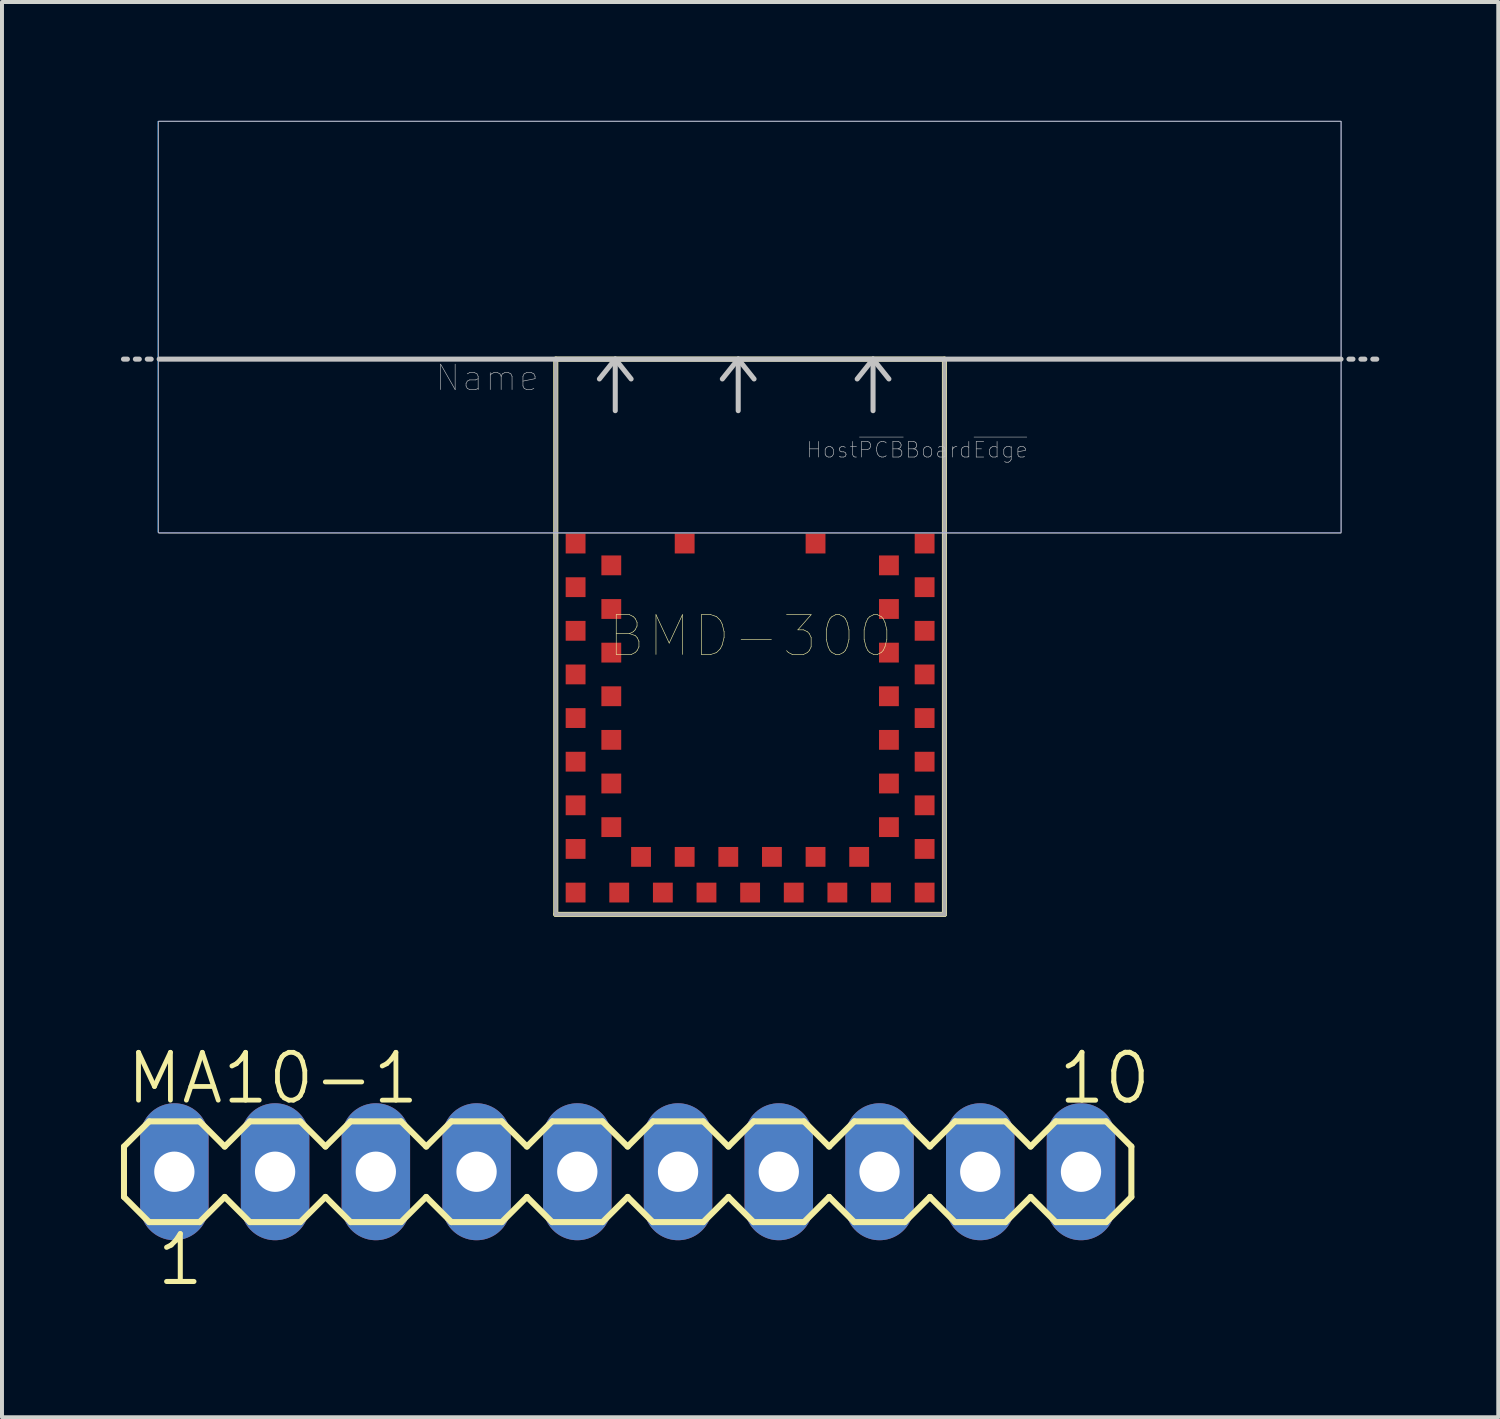
<source format=kicad_pcb>
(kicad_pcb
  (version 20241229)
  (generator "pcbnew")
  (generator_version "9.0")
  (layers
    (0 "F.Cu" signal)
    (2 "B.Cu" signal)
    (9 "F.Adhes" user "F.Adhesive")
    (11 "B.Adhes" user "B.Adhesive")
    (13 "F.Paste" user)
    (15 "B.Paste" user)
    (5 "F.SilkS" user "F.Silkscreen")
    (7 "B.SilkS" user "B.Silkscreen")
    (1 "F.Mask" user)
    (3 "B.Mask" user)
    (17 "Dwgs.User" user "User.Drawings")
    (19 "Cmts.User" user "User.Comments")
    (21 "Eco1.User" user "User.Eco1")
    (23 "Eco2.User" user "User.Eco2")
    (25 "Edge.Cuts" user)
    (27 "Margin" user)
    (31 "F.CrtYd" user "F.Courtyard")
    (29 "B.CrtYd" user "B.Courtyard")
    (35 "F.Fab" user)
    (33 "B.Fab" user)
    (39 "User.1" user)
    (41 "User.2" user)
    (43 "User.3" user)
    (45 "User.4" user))
  (footprint "BMD-300"
    (layer "F.Cu")
    (at 10.963 20.005)
    (property "Reference" "BMD-300" (at 4.912 -7.017 0) (layer "F.SilkS") (effects (font (size 1.002 1.002) (thickness 0.015))))
    (attr through_hole)
    (fp_line (start 0 -14) (end 0 0) (stroke (width 0.127) (type solid)) (layer "F.SilkS"))
    (fp_line (start 0 0) (end 9.8 0) (stroke (width 0.127) (type solid)) (layer "F.SilkS"))
    (fp_line (start 9.8 -14) (end 0 -14) (stroke (width 0.127) (type solid)) (layer "F.SilkS"))
    (fp_line (start 9.8 0) (end 9.8 -14) (stroke (width 0.127) (type solid)) (layer "F.SilkS"))
    (fp_line (start -10.8 -14) (end -10.9 -14) (stroke (width 0.127) (type solid)) (layer "Dwgs.User"))
    (fp_line (start -10.5 -14) (end -10.6 -14) (stroke (width 0.127) (type solid)) (layer "Dwgs.User"))
    (fp_line (start -10.2 -14) (end -10.3 -14) (stroke (width 0.127) (type solid)) (layer "Dwgs.User"))
    (fp_line (start -10 -14) (end 19.8 -14) (stroke (width 0.127) (type solid)) (layer "Dwgs.User"))
    (fp_line (start 1.5 -14) (end 1.1 -13.5) (stroke (width 0.127) (type solid)) (layer "Dwgs.User"))
    (fp_line (start 1.5 -14) (end 1.5 -12.7) (stroke (width 0.127) (type solid)) (layer "Dwgs.User"))
    (fp_line (start 1.5 -14) (end 1.9 -13.5) (stroke (width 0.127) (type solid)) (layer "Dwgs.User"))
    (fp_line (start 4.6 -14) (end 4.2 -13.5) (stroke (width 0.127) (type solid)) (layer "Dwgs.User"))
    (fp_line (start 4.6 -14) (end 4.6 -12.7) (stroke (width 0.127) (type solid)) (layer "Dwgs.User"))
    (fp_line (start 4.6 -14) (end 5 -13.5) (stroke (width 0.127) (type solid)) (layer "Dwgs.User"))
    (fp_line (start 8 -14) (end 7.6 -13.5) (stroke (width 0.127) (type solid)) (layer "Dwgs.User"))
    (fp_line (start 8 -14) (end 8 -12.7) (stroke (width 0.127) (type solid)) (layer "Dwgs.User"))
    (fp_line (start 8 -14) (end 8.4 -13.5) (stroke (width 0.127) (type solid)) (layer "Dwgs.User"))
    (fp_line (start 20 -14) (end 20.1 -14) (stroke (width 0.127) (type solid)) (layer "Dwgs.User"))
    (fp_line (start 20.3 -14) (end 20.4 -14) (stroke (width 0.127) (type solid)) (layer "Dwgs.User"))
    (fp_line (start 20.6 -14) (end 20.7 -14) (stroke (width 0.127) (type solid)) (layer "Dwgs.User"))
    (fp_poly (pts (xy -10.023 -20) (xy 19.8 -20) (xy 19.8 -9.622) (xy -10.023 -9.622)) (stroke (width 0.01) (type solid)) (fill no) (layer "Dwgs.User"))
    (fp_poly (pts (xy -10.013 -20) (xy 19.8 -20) (xy 19.8 -9.612) (xy -10.013 -9.612)) (stroke (width 0.01) (type solid)) (fill no) (layer "Dwgs.User"))
    (fp_poly (pts (xy -10.01 -20) (xy 19.8 -20) (xy 19.8 -9.609) (xy -10.01 -9.609)) (stroke (width 0.01) (type solid)) (fill no) (layer "Dwgs.User"))
    (fp_poly (pts (xy -10.033 -20) (xy 19.8 -20) (xy 19.8 -9.632) (xy -10.033 -9.632)) (stroke (width 0.01) (type solid)) (fill no) (layer "B.CrtYd"))
    (fp_poly (pts (xy -10.029 -20) (xy 19.8 -20) (xy 19.8 -9.628) (xy -10.029 -9.628)) (stroke (width 0.01) (type solid)) (fill no) (layer "F.CrtYd"))
    (fp_line (start 0 -14) (end 0 0) (stroke (width 0.1) (type solid)) (layer "F.Fab"))
    (fp_line (start 0 0) (end 9.8 0) (stroke (width 0.1) (type solid)) (layer "F.Fab"))
    (fp_line (start 9.8 -14) (end 0 -14) (stroke (width 0.1) (type solid)) (layer "F.Fab"))
    (fp_line (start 9.8 0) (end 9.8 -14) (stroke (width 0.1) (type solid)) (layer "F.Fab"))
    (fp_text user "Name" (at -1.728 -13.528 0) (layer "Dwgs.User") (effects (font (size 0.641 0.641) (thickness 0.015))))
    (fp_text user "Host~{PCB}Board~{Edge}" (at 9.11 -11.713 0) (layer "Dwgs.User") (effects (font (size 0.394 0.394) (thickness 0.015))))
    (pad "P1" smd rect (at 0.5 -9.35) (size 0.5 0.5) (layers "F.Cu" "F.Mask" "F.Paste"))
    (pad "P2" smd rect (at 1.4 -8.8) (size 0.5 0.5) (layers "F.Cu" "F.Mask" "F.Paste"))
    (pad "P3" smd rect (at 0.5 -8.25) (size 0.5 0.5) (layers "F.Cu" "F.Mask" "F.Paste"))
    (pad "P4" smd rect (at 1.4 -7.7) (size 0.5 0.5) (layers "F.Cu" "F.Mask" "F.Paste"))
    (pad "P5" smd rect (at 0.5 -7.15) (size 0.5 0.5) (layers "F.Cu" "F.Mask" "F.Paste"))
    (pad "P6" smd rect (at 1.4 -6.6) (size 0.5 0.5) (layers "F.Cu" "F.Mask" "F.Paste"))
    (pad "P7" smd rect (at 0.5 -6.05) (size 0.5 0.5) (layers "F.Cu" "F.Mask" "F.Paste"))
    (pad "P8" smd rect (at 1.4 -5.5) (size 0.5 0.5) (layers "F.Cu" "F.Mask" "F.Paste"))
    (pad "P9" smd rect (at 0.5 -4.95) (size 0.5 0.5) (layers "F.Cu" "F.Mask" "F.Paste"))
    (pad "P10" smd rect (at 1.4 -4.4) (size 0.5 0.5) (layers "F.Cu" "F.Mask" "F.Paste"))
    (pad "P11" smd rect (at 0.5 -3.85) (size 0.5 0.5) (layers "F.Cu" "F.Mask" "F.Paste"))
    (pad "P12" smd rect (at 1.4 -3.3) (size 0.5 0.5) (layers "F.Cu" "F.Mask" "F.Paste"))
    (pad "P13" smd rect (at 0.5 -2.75) (size 0.5 0.5) (layers "F.Cu" "F.Mask" "F.Paste"))
    (pad "P14" smd rect (at 1.4 -2.2) (size 0.5 0.5) (layers "F.Cu" "F.Mask" "F.Paste"))
    (pad "P15" smd rect (at 0.5 -1.65) (size 0.5 0.5) (layers "F.Cu" "F.Mask" "F.Paste"))
    (pad "P16" smd rect (at 0.5 -0.55) (size 0.5 0.5) (layers "F.Cu" "F.Mask" "F.Paste"))
    (pad "P17" smd rect (at 1.6 -0.55) (size 0.5 0.5) (layers "F.Cu" "F.Mask" "F.Paste"))
    (pad "P18" smd rect (at 2.15 -1.45) (size 0.5 0.5) (layers "F.Cu" "F.Mask" "F.Paste"))
    (pad "P19" smd rect (at 2.7 -0.55) (size 0.5 0.5) (layers "F.Cu" "F.Mask" "F.Paste"))
    (pad "P20" smd rect (at 3.25 -1.45) (size 0.5 0.5) (layers "F.Cu" "F.Mask" "F.Paste"))
    (pad "P21" smd rect (at 3.8 -0.55) (size 0.5 0.5) (layers "F.Cu" "F.Mask" "F.Paste"))
    (pad "P22" smd rect (at 4.35 -1.45) (size 0.5 0.5) (layers "F.Cu" "F.Mask" "F.Paste"))
    (pad "P23" smd rect (at 4.9 -0.55) (size 0.5 0.5) (layers "F.Cu" "F.Mask" "F.Paste"))
    (pad "P24" smd rect (at 5.45 -1.45) (size 0.5 0.5) (layers "F.Cu" "F.Mask" "F.Paste"))
    (pad "P25" smd rect (at 6 -0.55) (size 0.5 0.5) (layers "F.Cu" "F.Mask" "F.Paste"))
    (pad "P26" smd rect (at 6.55 -1.45) (size 0.5 0.5) (layers "F.Cu" "F.Mask" "F.Paste"))
    (pad "P27" smd rect (at 7.1 -0.55) (size 0.5 0.5) (layers "F.Cu" "F.Mask" "F.Paste"))
    (pad "P28" smd rect (at 7.65 -1.45) (size 0.5 0.5) (layers "F.Cu" "F.Mask" "F.Paste"))
    (pad "P29" smd rect (at 8.2 -0.55) (size 0.5 0.5) (layers "F.Cu" "F.Mask" "F.Paste"))
    (pad "P30" smd rect (at 9.3 -0.55) (size 0.5 0.5) (layers "F.Cu" "F.Mask" "F.Paste"))
    (pad "P31" smd rect (at 9.3 -1.65) (size 0.5 0.5) (layers "F.Cu" "F.Mask" "F.Paste"))
    (pad "P32" smd rect (at 8.4 -2.2) (size 0.5 0.5) (layers "F.Cu" "F.Mask" "F.Paste"))
    (pad "P33" smd rect (at 9.3 -2.75) (size 0.5 0.5) (layers "F.Cu" "F.Mask" "F.Paste"))
    (pad "P34" smd rect (at 8.4 -3.3) (size 0.5 0.5) (layers "F.Cu" "F.Mask" "F.Paste"))
    (pad "P35" smd rect (at 9.3 -3.85) (size 0.5 0.5) (layers "F.Cu" "F.Mask" "F.Paste"))
    (pad "P36" smd rect (at 8.4 -4.4) (size 0.5 0.5) (layers "F.Cu" "F.Mask" "F.Paste"))
    (pad "P37" smd rect (at 9.3 -4.95) (size 0.5 0.5) (layers "F.Cu" "F.Mask" "F.Paste"))
    (pad "P38" smd rect (at 8.4 -5.5) (size 0.5 0.5) (layers "F.Cu" "F.Mask" "F.Paste"))
    (pad "P39" smd rect (at 9.3 -6.05) (size 0.5 0.5) (layers "F.Cu" "F.Mask" "F.Paste"))
    (pad "P40" smd rect (at 8.4 -6.6) (size 0.5 0.5) (layers "F.Cu" "F.Mask" "F.Paste"))
    (pad "P41" smd rect (at 9.3 -7.15) (size 0.5 0.5) (layers "F.Cu" "F.Mask" "F.Paste"))
    (pad "P42" smd rect (at 8.4 -7.7) (size 0.5 0.5) (layers "F.Cu" "F.Mask" "F.Paste"))
    (pad "P43" smd rect (at 9.3 -8.25) (size 0.5 0.5) (layers "F.Cu" "F.Mask" "F.Paste"))
    (pad "P44" smd rect (at 8.4 -8.8) (size 0.5 0.5) (layers "F.Cu" "F.Mask" "F.Paste"))
    (pad "P45" smd rect (at 9.3 -9.35) (size 0.5 0.5) (layers "F.Cu" "F.Mask" "F.Paste"))
    (pad "P46" smd rect (at 6.55 -9.35) (size 0.5 0.5) (layers "F.Cu" "F.Mask" "F.Paste"))
    (pad "P47" smd rect (at 3.25 -9.35) (size 0.5 0.5) (layers "F.Cu" "F.Mask" "F.Paste")))
  (footprint "MA10-1"
    (layer "F.Cu")
    (at 12.776 26.494)
    (property "Reference" "MA10-1" (at -12.7 -1.651 0) (layer "F.SilkS") (effects (font (size 1.206 1.206) (thickness 0.121)) (justify left bottom)))
    (attr through_hole)
    (fp_line (start -12.7 -0.635) (end -12.7 0.635) (stroke (width 0.152) (type solid)) (layer "F.SilkS"))
    (fp_line (start -12.7 0.635) (end -12.065 1.27) (stroke (width 0.152) (type solid)) (layer "F.SilkS"))
    (fp_line (start -12.065 -1.27) (end -12.7 -0.635) (stroke (width 0.152) (type solid)) (layer "F.SilkS"))
    (fp_line (start -12.065 -1.27) (end -10.795 -1.27) (stroke (width 0.152) (type solid)) (layer "F.SilkS"))
    (fp_line (start -10.795 -1.27) (end -10.16 -0.635) (stroke (width 0.152) (type solid)) (layer "F.SilkS"))
    (fp_line (start -10.795 1.27) (end -12.065 1.27) (stroke (width 0.152) (type solid)) (layer "F.SilkS"))
    (fp_line (start -10.16 -0.635) (end -9.525 -1.27) (stroke (width 0.152) (type solid)) (layer "F.SilkS"))
    (fp_line (start -10.16 0.635) (end -10.795 1.27) (stroke (width 0.152) (type solid)) (layer "F.SilkS"))
    (fp_line (start -9.525 -1.27) (end -8.255 -1.27) (stroke (width 0.152) (type solid)) (layer "F.SilkS"))
    (fp_line (start -9.525 1.27) (end -10.16 0.635) (stroke (width 0.152) (type solid)) (layer "F.SilkS"))
    (fp_line (start -8.255 -1.27) (end -7.62 -0.635) (stroke (width 0.152) (type solid)) (layer "F.SilkS"))
    (fp_line (start -8.255 1.27) (end -9.525 1.27) (stroke (width 0.152) (type solid)) (layer "F.SilkS"))
    (fp_line (start -7.62 -0.635) (end -6.985 -1.27) (stroke (width 0.152) (type solid)) (layer "F.SilkS"))
    (fp_line (start -7.62 0.635) (end -8.255 1.27) (stroke (width 0.152) (type solid)) (layer "F.SilkS"))
    (fp_line (start -6.985 -1.27) (end -5.715 -1.27) (stroke (width 0.152) (type solid)) (layer "F.SilkS"))
    (fp_line (start -6.985 1.27) (end -7.62 0.635) (stroke (width 0.152) (type solid)) (layer "F.SilkS"))
    (fp_line (start -5.715 -1.27) (end -5.08 -0.635) (stroke (width 0.152) (type solid)) (layer "F.SilkS"))
    (fp_line (start -5.715 1.27) (end -6.985 1.27) (stroke (width 0.152) (type solid)) (layer "F.SilkS"))
    (fp_line (start -5.08 0.635) (end -5.715 1.27) (stroke (width 0.152) (type solid)) (layer "F.SilkS"))
    (fp_line (start -5.08 0.635) (end -4.445 1.27) (stroke (width 0.152) (type solid)) (layer "F.SilkS"))
    (fp_line (start -4.445 -1.27) (end -5.08 -0.635) (stroke (width 0.152) (type solid)) (layer "F.SilkS"))
    (fp_line (start -4.445 -1.27) (end -3.175 -1.27) (stroke (width 0.152) (type solid)) (layer "F.SilkS"))
    (fp_line (start -3.175 -1.27) (end -2.54 -0.635) (stroke (width 0.152) (type solid)) (layer "F.SilkS"))
    (fp_line (start -3.175 1.27) (end -4.445 1.27) (stroke (width 0.152) (type solid)) (layer "F.SilkS"))
    (fp_line (start -2.54 0.635) (end -3.175 1.27) (stroke (width 0.152) (type solid)) (layer "F.SilkS"))
    (fp_line (start -2.54 0.635) (end -1.905 1.27) (stroke (width 0.152) (type solid)) (layer "F.SilkS"))
    (fp_line (start -1.905 -1.27) (end -2.54 -0.635) (stroke (width 0.152) (type solid)) (layer "F.SilkS"))
    (fp_line (start -1.905 -1.27) (end -0.635 -1.27) (stroke (width 0.152) (type solid)) (layer "F.SilkS"))
    (fp_line (start -0.635 -1.27) (end 0 -0.635) (stroke (width 0.152) (type solid)) (layer "F.SilkS"))
    (fp_line (start -0.635 1.27) (end -1.905 1.27) (stroke (width 0.152) (type solid)) (layer "F.SilkS"))
    (fp_line (start 0 -0.635) (end 0.635 -1.27) (stroke (width 0.152) (type solid)) (layer "F.SilkS"))
    (fp_line (start 0 0.635) (end -0.635 1.27) (stroke (width 0.152) (type solid)) (layer "F.SilkS"))
    (fp_line (start 0.635 -1.27) (end 1.905 -1.27) (stroke (width 0.152) (type solid)) (layer "F.SilkS"))
    (fp_line (start 0.635 1.27) (end 0 0.635) (stroke (width 0.152) (type solid)) (layer "F.SilkS"))
    (fp_line (start 1.905 -1.27) (end 2.54 -0.635) (stroke (width 0.152) (type solid)) (layer "F.SilkS"))
    (fp_line (start 1.905 1.27) (end 0.635 1.27) (stroke (width 0.152) (type solid)) (layer "F.SilkS"))
    (fp_line (start 2.54 -0.635) (end 3.175 -1.27) (stroke (width 0.152) (type solid)) (layer "F.SilkS"))
    (fp_line (start 2.54 0.635) (end 1.905 1.27) (stroke (width 0.152) (type solid)) (layer "F.SilkS"))
    (fp_line (start 3.175 -1.27) (end 4.445 -1.27) (stroke (width 0.152) (type solid)) (layer "F.SilkS"))
    (fp_line (start 3.175 1.27) (end 2.54 0.635) (stroke (width 0.152) (type solid)) (layer "F.SilkS"))
    (fp_line (start 4.445 -1.27) (end 5.08 -0.635) (stroke (width 0.152) (type solid)) (layer "F.SilkS"))
    (fp_line (start 4.445 1.27) (end 3.175 1.27) (stroke (width 0.152) (type solid)) (layer "F.SilkS"))
    (fp_line (start 5.08 0.635) (end 4.445 1.27) (stroke (width 0.152) (type solid)) (layer "F.SilkS"))
    (fp_line (start 5.08 0.635) (end 5.715 1.27) (stroke (width 0.152) (type solid)) (layer "F.SilkS"))
    (fp_line (start 5.715 -1.27) (end 5.08 -0.635) (stroke (width 0.152) (type solid)) (layer "F.SilkS"))
    (fp_line (start 5.715 -1.27) (end 6.985 -1.27) (stroke (width 0.152) (type solid)) (layer "F.SilkS"))
    (fp_line (start 6.985 -1.27) (end 7.62 -0.635) (stroke (width 0.152) (type solid)) (layer "F.SilkS"))
    (fp_line (start 6.985 1.27) (end 5.715 1.27) (stroke (width 0.152) (type solid)) (layer "F.SilkS"))
    (fp_line (start 7.62 0.635) (end 6.985 1.27) (stroke (width 0.152) (type solid)) (layer "F.SilkS"))
    (fp_line (start 7.62 0.635) (end 8.255 1.27) (stroke (width 0.152) (type solid)) (layer "F.SilkS"))
    (fp_line (start 8.255 -1.27) (end 7.62 -0.635) (stroke (width 0.152) (type solid)) (layer "F.SilkS"))
    (fp_line (start 8.255 -1.27) (end 9.525 -1.27) (stroke (width 0.152) (type solid)) (layer "F.SilkS"))
    (fp_line (start 9.525 -1.27) (end 10.16 -0.635) (stroke (width 0.152) (type solid)) (layer "F.SilkS"))
    (fp_line (start 9.525 1.27) (end 8.255 1.27) (stroke (width 0.152) (type solid)) (layer "F.SilkS"))
    (fp_line (start 10.16 -0.635) (end 10.795 -1.27) (stroke (width 0.152) (type solid)) (layer "F.SilkS"))
    (fp_line (start 10.16 0.635) (end 9.525 1.27) (stroke (width 0.152) (type solid)) (layer "F.SilkS"))
    (fp_line (start 10.795 -1.27) (end 12.065 -1.27) (stroke (width 0.152) (type solid)) (layer "F.SilkS"))
    (fp_line (start 10.795 1.27) (end 10.16 0.635) (stroke (width 0.152) (type solid)) (layer "F.SilkS"))
    (fp_line (start 12.065 -1.27) (end 12.7 -0.635) (stroke (width 0.152) (type solid)) (layer "F.SilkS"))
    (fp_line (start 12.065 1.27) (end 10.795 1.27) (stroke (width 0.152) (type solid)) (layer "F.SilkS"))
    (fp_line (start 12.7 -0.635) (end 12.7 0.635) (stroke (width 0.152) (type solid)) (layer "F.SilkS"))
    (fp_line (start 12.7 0.635) (end 12.065 1.27) (stroke (width 0.152) (type solid)) (layer "F.SilkS"))
    (fp_poly (pts (xy -11.684 0.254) (xy -11.176 0.254) (xy -11.176 -0.254) (xy -11.684 -0.254)) (stroke (width 0.1) (type solid)) (fill no) (layer "F.Fab"))
    (fp_poly (pts (xy -9.144 0.254) (xy -8.636 0.254) (xy -8.636 -0.254) (xy -9.144 -0.254)) (stroke (width 0.1) (type solid)) (fill no) (layer "F.Fab"))
    (fp_poly (pts (xy -6.604 0.254) (xy -6.096 0.254) (xy -6.096 -0.254) (xy -6.604 -0.254)) (stroke (width 0.1) (type solid)) (fill no) (layer "F.Fab"))
    (fp_poly (pts (xy -4.064 0.254) (xy -3.556 0.254) (xy -3.556 -0.254) (xy -4.064 -0.254)) (stroke (width 0.1) (type solid)) (fill no) (layer "F.Fab"))
    (fp_poly (pts (xy -1.524 0.254) (xy -1.016 0.254) (xy -1.016 -0.254) (xy -1.524 -0.254)) (stroke (width 0.1) (type solid)) (fill no) (layer "F.Fab"))
    (fp_poly (pts (xy 1.016 0.254) (xy 1.524 0.254) (xy 1.524 -0.254) (xy 1.016 -0.254)) (stroke (width 0.1) (type solid)) (fill no) (layer "F.Fab"))
    (fp_poly (pts (xy 3.556 0.254) (xy 4.064 0.254) (xy 4.064 -0.254) (xy 3.556 -0.254)) (stroke (width 0.1) (type solid)) (fill no) (layer "F.Fab"))
    (fp_poly (pts (xy 6.096 0.254) (xy 6.604 0.254) (xy 6.604 -0.254) (xy 6.096 -0.254)) (stroke (width 0.1) (type solid)) (fill no) (layer "F.Fab"))
    (fp_poly (pts (xy 8.636 0.254) (xy 9.144 0.254) (xy 9.144 -0.254) (xy 8.636 -0.254)) (stroke (width 0.1) (type solid)) (fill no) (layer "F.Fab"))
    (fp_poly (pts (xy 11.176 0.254) (xy 11.684 0.254) (xy 11.684 -0.254) (xy 11.176 -0.254)) (stroke (width 0.1) (type solid)) (fill no) (layer "F.Fab"))
    (fp_text user "10" (at 10.795 -1.651 0) (layer "F.SilkS") (effects (font (size 1.206 1.206) (thickness 0.127)) (justify left bottom)))
    (fp_text user "1" (at -11.938 2.921 0) (layer "F.SilkS") (effects (font (size 1.206 1.206) (thickness 0.127)) (justify left bottom)))
    (pad "1" thru_hole oval (at -11.43 0 90) (size 3.454 1.727) (drill 1.016) (layers "*.Cu" "*.Mask"))
    (pad "2" thru_hole oval (at -8.89 0 90) (size 3.454 1.727) (drill 1.016) (layers "*.Cu" "*.Mask"))
    (pad "3" thru_hole oval (at -6.35 0 90) (size 3.454 1.727) (drill 1.016) (layers "*.Cu" "*.Mask"))
    (pad "4" thru_hole oval (at -3.81 0 90) (size 3.454 1.727) (drill 1.016) (layers "*.Cu" "*.Mask"))
    (pad "5" thru_hole oval (at -1.27 0 90) (size 3.454 1.727) (drill 1.016) (layers "*.Cu" "*.Mask"))
    (pad "6" thru_hole oval (at 1.27 0 90) (size 3.454 1.727) (drill 1.016) (layers "*.Cu" "*.Mask"))
    (pad "7" thru_hole oval (at 3.81 0 90) (size 3.454 1.727) (drill 1.016) (layers "*.Cu" "*.Mask"))
    (pad "8" thru_hole oval (at 6.35 0 90) (size 3.454 1.727) (drill 1.016) (layers "*.Cu" "*.Mask"))
    (pad "9" thru_hole oval (at 8.89 0 90) (size 3.454 1.727) (drill 1.016) (layers "*.Cu" "*.Mask"))
    (pad "10" thru_hole oval (at 11.43 0 90) (size 3.454 1.727) (drill 1.016) (layers "*.Cu" "*.Mask")))
  (gr_rect
    (start -3 -3)
    (end 34.727 32.684)
    (stroke (width 0.1) (type default))
    (fill no)
    (layer "Edge.Cuts")))
</source>
